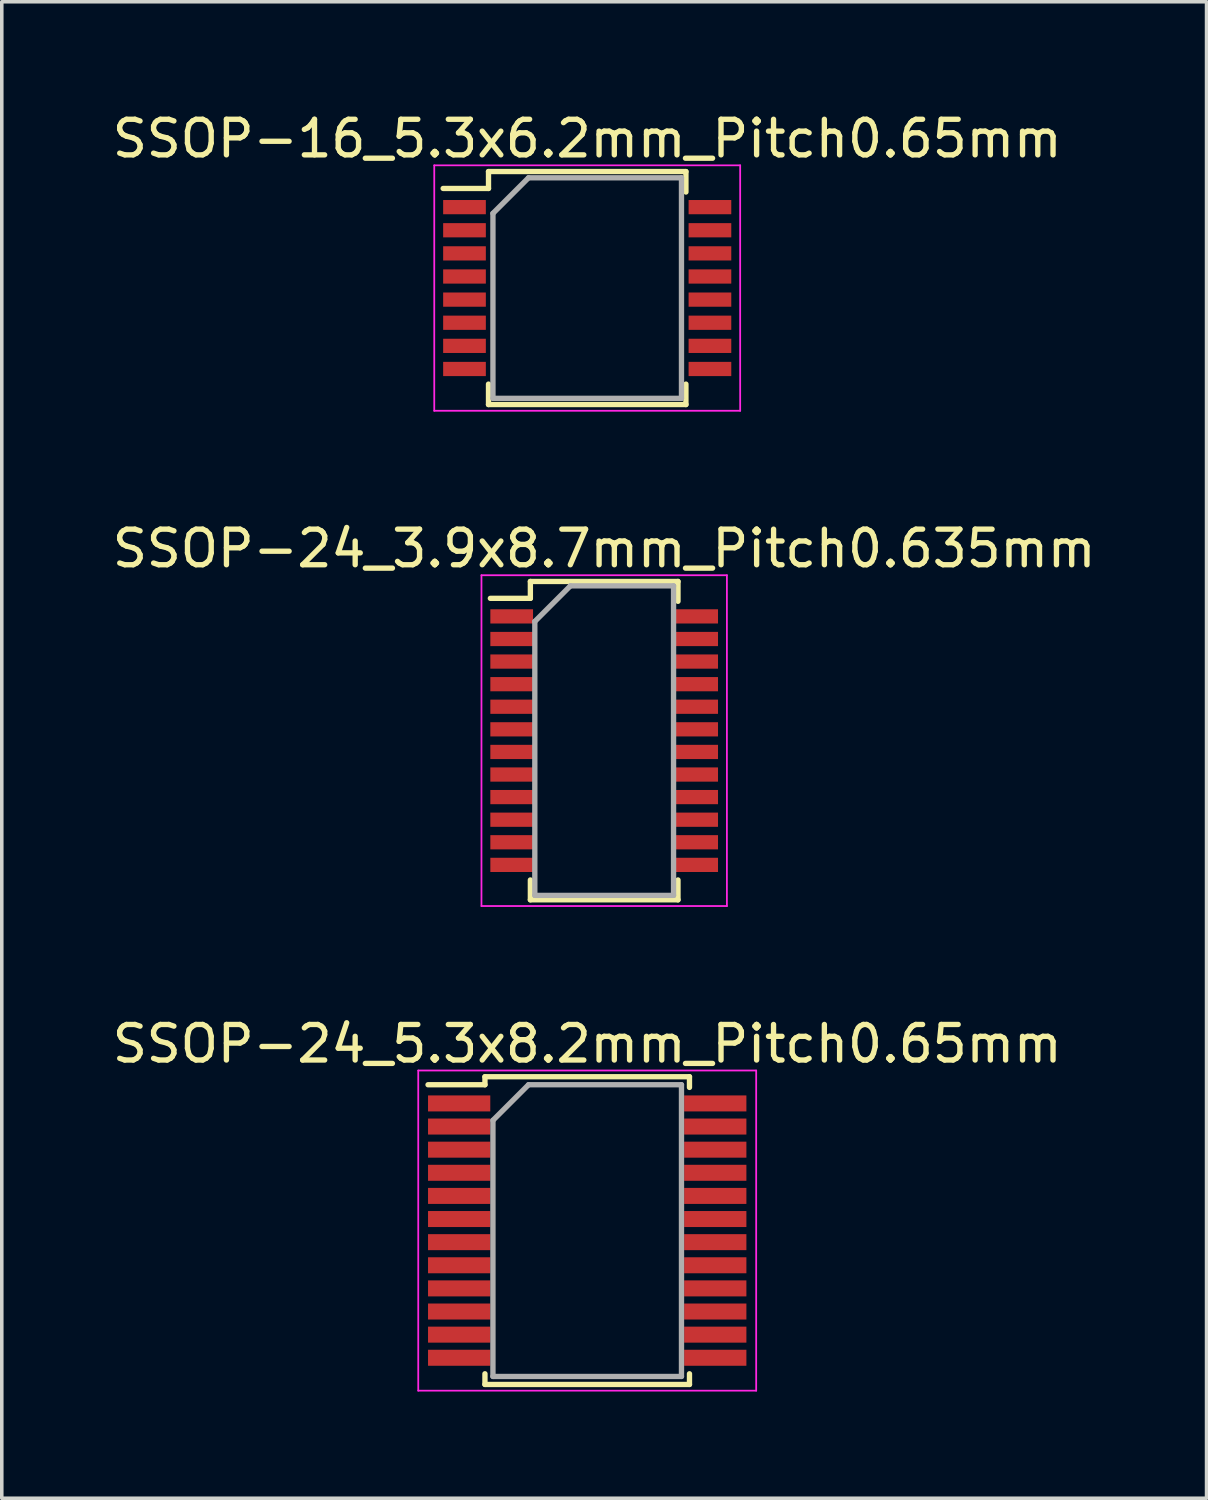
<source format=kicad_pcb>
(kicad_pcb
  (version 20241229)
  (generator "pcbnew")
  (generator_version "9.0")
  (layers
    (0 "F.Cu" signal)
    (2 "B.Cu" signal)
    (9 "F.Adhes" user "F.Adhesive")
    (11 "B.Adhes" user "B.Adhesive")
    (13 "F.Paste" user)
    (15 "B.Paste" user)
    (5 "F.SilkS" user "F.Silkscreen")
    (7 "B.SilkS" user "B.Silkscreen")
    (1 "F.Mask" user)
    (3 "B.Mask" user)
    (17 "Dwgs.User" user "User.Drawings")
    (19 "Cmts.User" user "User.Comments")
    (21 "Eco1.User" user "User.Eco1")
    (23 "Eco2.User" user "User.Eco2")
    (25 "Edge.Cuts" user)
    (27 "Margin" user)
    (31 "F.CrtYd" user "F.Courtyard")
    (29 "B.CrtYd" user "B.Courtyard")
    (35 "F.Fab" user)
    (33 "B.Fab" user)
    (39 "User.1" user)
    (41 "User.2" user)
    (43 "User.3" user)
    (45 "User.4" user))
  (footprint "SSOP-24_3.9x8.7mm_Pitch0.635mm"
    (layer "F.Cu")
    (at 13.935 17.771)
    (property "Reference" "SSOP-24_3.9x8.7mm_Pitch0.635mm" (at 0 -5.4 0) (layer "F.SilkS") (effects (font (size 1 1) (thickness 0.15))))
    (attr smd)
    (fp_line (start -2.075 -4.475) (end -2.075 -4) (stroke (width 0.15) (type solid)) (layer "F.SilkS"))
    (fp_line (start -2.075 -4.475) (end 2.075 -4.475) (stroke (width 0.15) (type solid)) (layer "F.SilkS"))
    (fp_line (start -2.075 -4) (end -3.2 -4) (stroke (width 0.15) (type solid)) (layer "F.SilkS"))
    (fp_line (start -2.075 4.475) (end -2.075 3.917) (stroke (width 0.15) (type solid)) (layer "F.SilkS"))
    (fp_line (start -2.075 4.475) (end 2.075 4.475) (stroke (width 0.15) (type solid)) (layer "F.SilkS"))
    (fp_line (start 2.075 -4.475) (end 2.075 -3.917) (stroke (width 0.15) (type solid)) (layer "F.SilkS"))
    (fp_line (start 2.075 4.475) (end 2.075 3.917) (stroke (width 0.15) (type solid)) (layer "F.SilkS"))
    (fp_line (start -3.45 -4.65) (end -3.45 4.65) (stroke (width 0.05) (type solid)) (layer "F.CrtYd"))
    (fp_line (start -3.45 -4.65) (end 3.45 -4.65) (stroke (width 0.05) (type solid)) (layer "F.CrtYd"))
    (fp_line (start -3.45 4.65) (end 3.45 4.65) (stroke (width 0.05) (type solid)) (layer "F.CrtYd"))
    (fp_line (start 3.45 -4.65) (end 3.45 4.65) (stroke (width 0.05) (type solid)) (layer "F.CrtYd"))
    (fp_line (start -1.95 -3.35) (end -0.95 -4.35) (stroke (width 0.15) (type solid)) (layer "F.Fab"))
    (fp_line (start -1.95 4.35) (end -1.95 -3.35) (stroke (width 0.15) (type solid)) (layer "F.Fab"))
    (fp_line (start -0.95 -4.35) (end 1.95 -4.35) (stroke (width 0.15) (type solid)) (layer "F.Fab"))
    (fp_line (start 1.95 -4.35) (end 1.95 4.35) (stroke (width 0.15) (type solid)) (layer "F.Fab"))
    (fp_line (start 1.95 4.35) (end -1.95 4.35) (stroke (width 0.15) (type solid)) (layer "F.Fab"))
    (pad "1" smd rect (at -2.6 -3.493) (size 1.2 0.4) (layers "F.Cu" "F.Mask" "F.Paste"))
    (pad "2" smd rect (at -2.6 -2.857) (size 1.2 0.4) (layers "F.Cu" "F.Mask" "F.Paste"))
    (pad "3" smd rect (at -2.6 -2.223) (size 1.2 0.4) (layers "F.Cu" "F.Mask" "F.Paste"))
    (pad "4" smd rect (at -2.6 -1.587) (size 1.2 0.4) (layers "F.Cu" "F.Mask" "F.Paste"))
    (pad "5" smd rect (at -2.6 -0.953) (size 1.2 0.4) (layers "F.Cu" "F.Mask" "F.Paste"))
    (pad "6" smd rect (at -2.6 -0.318) (size 1.2 0.4) (layers "F.Cu" "F.Mask" "F.Paste"))
    (pad "7" smd rect (at -2.6 0.318) (size 1.2 0.4) (layers "F.Cu" "F.Mask" "F.Paste"))
    (pad "8" smd rect (at -2.6 0.953) (size 1.2 0.4) (layers "F.Cu" "F.Mask" "F.Paste"))
    (pad "9" smd rect (at -2.6 1.587) (size 1.2 0.4) (layers "F.Cu" "F.Mask" "F.Paste"))
    (pad "10" smd rect (at -2.6 2.223) (size 1.2 0.4) (layers "F.Cu" "F.Mask" "F.Paste"))
    (pad "11" smd rect (at -2.6 2.857) (size 1.2 0.4) (layers "F.Cu" "F.Mask" "F.Paste"))
    (pad "12" smd rect (at -2.6 3.493) (size 1.2 0.4) (layers "F.Cu" "F.Mask" "F.Paste"))
    (pad "13" smd rect (at 2.6 3.493) (size 1.2 0.4) (layers "F.Cu" "F.Mask" "F.Paste"))
    (pad "14" smd rect (at 2.6 2.857) (size 1.2 0.4) (layers "F.Cu" "F.Mask" "F.Paste"))
    (pad "15" smd rect (at 2.6 2.223) (size 1.2 0.4) (layers "F.Cu" "F.Mask" "F.Paste"))
    (pad "16" smd rect (at 2.6 1.587) (size 1.2 0.4) (layers "F.Cu" "F.Mask" "F.Paste"))
    (pad "17" smd rect (at 2.6 0.953) (size 1.2 0.4) (layers "F.Cu" "F.Mask" "F.Paste"))
    (pad "18" smd rect (at 2.6 0.318) (size 1.2 0.4) (layers "F.Cu" "F.Mask" "F.Paste"))
    (pad "19" smd rect (at 2.6 -0.318) (size 1.2 0.4) (layers "F.Cu" "F.Mask" "F.Paste"))
    (pad "20" smd rect (at 2.6 -0.953) (size 1.2 0.4) (layers "F.Cu" "F.Mask" "F.Paste"))
    (pad "21" smd rect (at 2.6 -1.587) (size 1.2 0.4) (layers "F.Cu" "F.Mask" "F.Paste"))
    (pad "22" smd rect (at 2.6 -2.223) (size 1.2 0.4) (layers "F.Cu" "F.Mask" "F.Paste"))
    (pad "23" smd rect (at 2.6 -2.857) (size 1.2 0.4) (layers "F.Cu" "F.Mask" "F.Paste"))
    (pad "24" smd rect (at 2.6 -3.493) (size 1.2 0.4) (layers "F.Cu" "F.Mask" "F.Paste")))
  (footprint "SSOP-24_5.3x8.2mm_Pitch0.65mm"
    (layer "F.Cu")
    (at 13.458 31.545)
    (property "Reference" "SSOP-24_5.3x8.2mm_Pitch0.65mm" (at 0 -5.25 0) (layer "F.SilkS") (effects (font (size 1 1) (thickness 0.15))))
    (attr smd)
    (fp_line (start -2.875 -4.325) (end -2.875 -4.1) (stroke (width 0.15) (type solid)) (layer "F.SilkS"))
    (fp_line (start -2.875 -4.325) (end 2.875 -4.325) (stroke (width 0.15) (type solid)) (layer "F.SilkS"))
    (fp_line (start -2.875 -4.1) (end -4.475 -4.1) (stroke (width 0.15) (type solid)) (layer "F.SilkS"))
    (fp_line (start -2.875 4.325) (end -2.875 4.025) (stroke (width 0.15) (type solid)) (layer "F.SilkS"))
    (fp_line (start -2.875 4.325) (end 2.875 4.325) (stroke (width 0.15) (type solid)) (layer "F.SilkS"))
    (fp_line (start 2.875 -4.325) (end 2.875 -4.025) (stroke (width 0.15) (type solid)) (layer "F.SilkS"))
    (fp_line (start 2.875 4.325) (end 2.875 4.025) (stroke (width 0.15) (type solid)) (layer "F.SilkS"))
    (fp_line (start -4.75 -4.5) (end -4.75 4.5) (stroke (width 0.05) (type solid)) (layer "F.CrtYd"))
    (fp_line (start -4.75 -4.5) (end 4.75 -4.5) (stroke (width 0.05) (type solid)) (layer "F.CrtYd"))
    (fp_line (start -4.75 4.5) (end 4.75 4.5) (stroke (width 0.05) (type solid)) (layer "F.CrtYd"))
    (fp_line (start 4.75 -4.5) (end 4.75 4.5) (stroke (width 0.05) (type solid)) (layer "F.CrtYd"))
    (fp_line (start -2.65 -3.1) (end -1.65 -4.1) (stroke (width 0.15) (type solid)) (layer "F.Fab"))
    (fp_line (start -2.65 4.1) (end -2.65 -3.1) (stroke (width 0.15) (type solid)) (layer "F.Fab"))
    (fp_line (start -1.65 -4.1) (end 2.65 -4.1) (stroke (width 0.15) (type solid)) (layer "F.Fab"))
    (fp_line (start 2.65 -4.1) (end 2.65 4.1) (stroke (width 0.15) (type solid)) (layer "F.Fab"))
    (fp_line (start 2.65 4.1) (end -2.65 4.1) (stroke (width 0.15) (type solid)) (layer "F.Fab"))
    (pad "1" smd rect (at -3.6 -3.575) (size 1.75 0.45) (layers "F.Cu" "F.Mask" "F.Paste"))
    (pad "2" smd rect (at -3.6 -2.925) (size 1.75 0.45) (layers "F.Cu" "F.Mask" "F.Paste"))
    (pad "3" smd rect (at -3.6 -2.275) (size 1.75 0.45) (layers "F.Cu" "F.Mask" "F.Paste"))
    (pad "4" smd rect (at -3.6 -1.625) (size 1.75 0.45) (layers "F.Cu" "F.Mask" "F.Paste"))
    (pad "5" smd rect (at -3.6 -0.975) (size 1.75 0.45) (layers "F.Cu" "F.Mask" "F.Paste"))
    (pad "6" smd rect (at -3.6 -0.325) (size 1.75 0.45) (layers "F.Cu" "F.Mask" "F.Paste"))
    (pad "7" smd rect (at -3.6 0.325) (size 1.75 0.45) (layers "F.Cu" "F.Mask" "F.Paste"))
    (pad "8" smd rect (at -3.6 0.975) (size 1.75 0.45) (layers "F.Cu" "F.Mask" "F.Paste"))
    (pad "9" smd rect (at -3.6 1.625) (size 1.75 0.45) (layers "F.Cu" "F.Mask" "F.Paste"))
    (pad "10" smd rect (at -3.6 2.275) (size 1.75 0.45) (layers "F.Cu" "F.Mask" "F.Paste"))
    (pad "11" smd rect (at -3.6 2.925) (size 1.75 0.45) (layers "F.Cu" "F.Mask" "F.Paste"))
    (pad "12" smd rect (at -3.6 3.575) (size 1.75 0.45) (layers "F.Cu" "F.Mask" "F.Paste"))
    (pad "13" smd rect (at 3.6 3.575) (size 1.75 0.45) (layers "F.Cu" "F.Mask" "F.Paste"))
    (pad "14" smd rect (at 3.6 2.925) (size 1.75 0.45) (layers "F.Cu" "F.Mask" "F.Paste"))
    (pad "15" smd rect (at 3.6 2.275) (size 1.75 0.45) (layers "F.Cu" "F.Mask" "F.Paste"))
    (pad "16" smd rect (at 3.6 1.625) (size 1.75 0.45) (layers "F.Cu" "F.Mask" "F.Paste"))
    (pad "17" smd rect (at 3.6 0.975) (size 1.75 0.45) (layers "F.Cu" "F.Mask" "F.Paste"))
    (pad "18" smd rect (at 3.6 0.325) (size 1.75 0.45) (layers "F.Cu" "F.Mask" "F.Paste"))
    (pad "19" smd rect (at 3.6 -0.325) (size 1.75 0.45) (layers "F.Cu" "F.Mask" "F.Paste"))
    (pad "20" smd rect (at 3.6 -0.975) (size 1.75 0.45) (layers "F.Cu" "F.Mask" "F.Paste"))
    (pad "21" smd rect (at 3.6 -1.625) (size 1.75 0.45) (layers "F.Cu" "F.Mask" "F.Paste"))
    (pad "22" smd rect (at 3.6 -2.275) (size 1.75 0.45) (layers "F.Cu" "F.Mask" "F.Paste"))
    (pad "23" smd rect (at 3.6 -2.925) (size 1.75 0.45) (layers "F.Cu" "F.Mask" "F.Paste"))
    (pad "24" smd rect (at 3.6 -3.575) (size 1.75 0.45) (layers "F.Cu" "F.Mask" "F.Paste")))
  (footprint "SSOP-16_5.3x6.2mm_Pitch0.65mm"
    (layer "F.Cu")
    (at 13.458 5.048)
    (property "Reference" "SSOP-16_5.3x6.2mm_Pitch0.65mm" (at 0 -4.2 0) (layer "F.SilkS") (effects (font (size 1 1) (thickness 0.15))))
    (attr smd)
    (fp_line (start -2.775 -3.275) (end -2.775 -2.8) (stroke (width 0.15) (type solid)) (layer "F.SilkS"))
    (fp_line (start -2.775 -3.275) (end 2.775 -3.275) (stroke (width 0.15) (type solid)) (layer "F.SilkS"))
    (fp_line (start -2.775 -2.8) (end -4.05 -2.8) (stroke (width 0.15) (type solid)) (layer "F.SilkS"))
    (fp_line (start -2.775 3.275) (end -2.775 2.7) (stroke (width 0.15) (type solid)) (layer "F.SilkS"))
    (fp_line (start -2.775 3.275) (end 2.775 3.275) (stroke (width 0.15) (type solid)) (layer "F.SilkS"))
    (fp_line (start 2.775 -3.275) (end 2.775 -2.7) (stroke (width 0.15) (type solid)) (layer "F.SilkS"))
    (fp_line (start 2.775 3.275) (end 2.775 2.7) (stroke (width 0.15) (type solid)) (layer "F.SilkS"))
    (fp_line (start -4.3 -3.45) (end -4.3 3.45) (stroke (width 0.05) (type solid)) (layer "F.CrtYd"))
    (fp_line (start -4.3 -3.45) (end 4.3 -3.45) (stroke (width 0.05) (type solid)) (layer "F.CrtYd"))
    (fp_line (start -4.3 3.45) (end 4.3 3.45) (stroke (width 0.05) (type solid)) (layer "F.CrtYd"))
    (fp_line (start 4.3 -3.45) (end 4.3 3.45) (stroke (width 0.05) (type solid)) (layer "F.CrtYd"))
    (fp_line (start -2.65 -2.1) (end -1.65 -3.1) (stroke (width 0.15) (type solid)) (layer "F.Fab"))
    (fp_line (start -2.65 3.1) (end -2.65 -2.1) (stroke (width 0.15) (type solid)) (layer "F.Fab"))
    (fp_line (start -1.65 -3.1) (end 2.65 -3.1) (stroke (width 0.15) (type solid)) (layer "F.Fab"))
    (fp_line (start 2.65 -3.1) (end 2.65 3.1) (stroke (width 0.15) (type solid)) (layer "F.Fab"))
    (fp_line (start 2.65 3.1) (end -2.65 3.1) (stroke (width 0.15) (type solid)) (layer "F.Fab"))
    (pad "1" smd rect (at -3.45 -2.275) (size 1.2 0.4) (layers "F.Cu" "F.Mask" "F.Paste"))
    (pad "2" smd rect (at -3.45 -1.625) (size 1.2 0.4) (layers "F.Cu" "F.Mask" "F.Paste"))
    (pad "3" smd rect (at -3.45 -0.975) (size 1.2 0.4) (layers "F.Cu" "F.Mask" "F.Paste"))
    (pad "4" smd rect (at -3.45 -0.325) (size 1.2 0.4) (layers "F.Cu" "F.Mask" "F.Paste"))
    (pad "5" smd rect (at -3.45 0.325) (size 1.2 0.4) (layers "F.Cu" "F.Mask" "F.Paste"))
    (pad "6" smd rect (at -3.45 0.975) (size 1.2 0.4) (layers "F.Cu" "F.Mask" "F.Paste"))
    (pad "7" smd rect (at -3.45 1.625) (size 1.2 0.4) (layers "F.Cu" "F.Mask" "F.Paste"))
    (pad "8" smd rect (at -3.45 2.275) (size 1.2 0.4) (layers "F.Cu" "F.Mask" "F.Paste"))
    (pad "9" smd rect (at 3.45 2.275) (size 1.2 0.4) (layers "F.Cu" "F.Mask" "F.Paste"))
    (pad "10" smd rect (at 3.45 1.625) (size 1.2 0.4) (layers "F.Cu" "F.Mask" "F.Paste"))
    (pad "11" smd rect (at 3.45 0.975) (size 1.2 0.4) (layers "F.Cu" "F.Mask" "F.Paste"))
    (pad "12" smd rect (at 3.45 0.325) (size 1.2 0.4) (layers "F.Cu" "F.Mask" "F.Paste"))
    (pad "13" smd rect (at 3.45 -0.325) (size 1.2 0.4) (layers "F.Cu" "F.Mask" "F.Paste"))
    (pad "14" smd rect (at 3.45 -0.975) (size 1.2 0.4) (layers "F.Cu" "F.Mask" "F.Paste"))
    (pad "15" smd rect (at 3.45 -1.625) (size 1.2 0.4) (layers "F.Cu" "F.Mask" "F.Paste"))
    (pad "16" smd rect (at 3.45 -2.275) (size 1.2 0.4) (layers "F.Cu" "F.Mask" "F.Paste")))
  (gr_rect
    (start -3 -3)
    (end 30.869 39.07)
    (stroke (width 0.1) (type default))
    (fill no)
    (layer "Edge.Cuts")))
</source>
